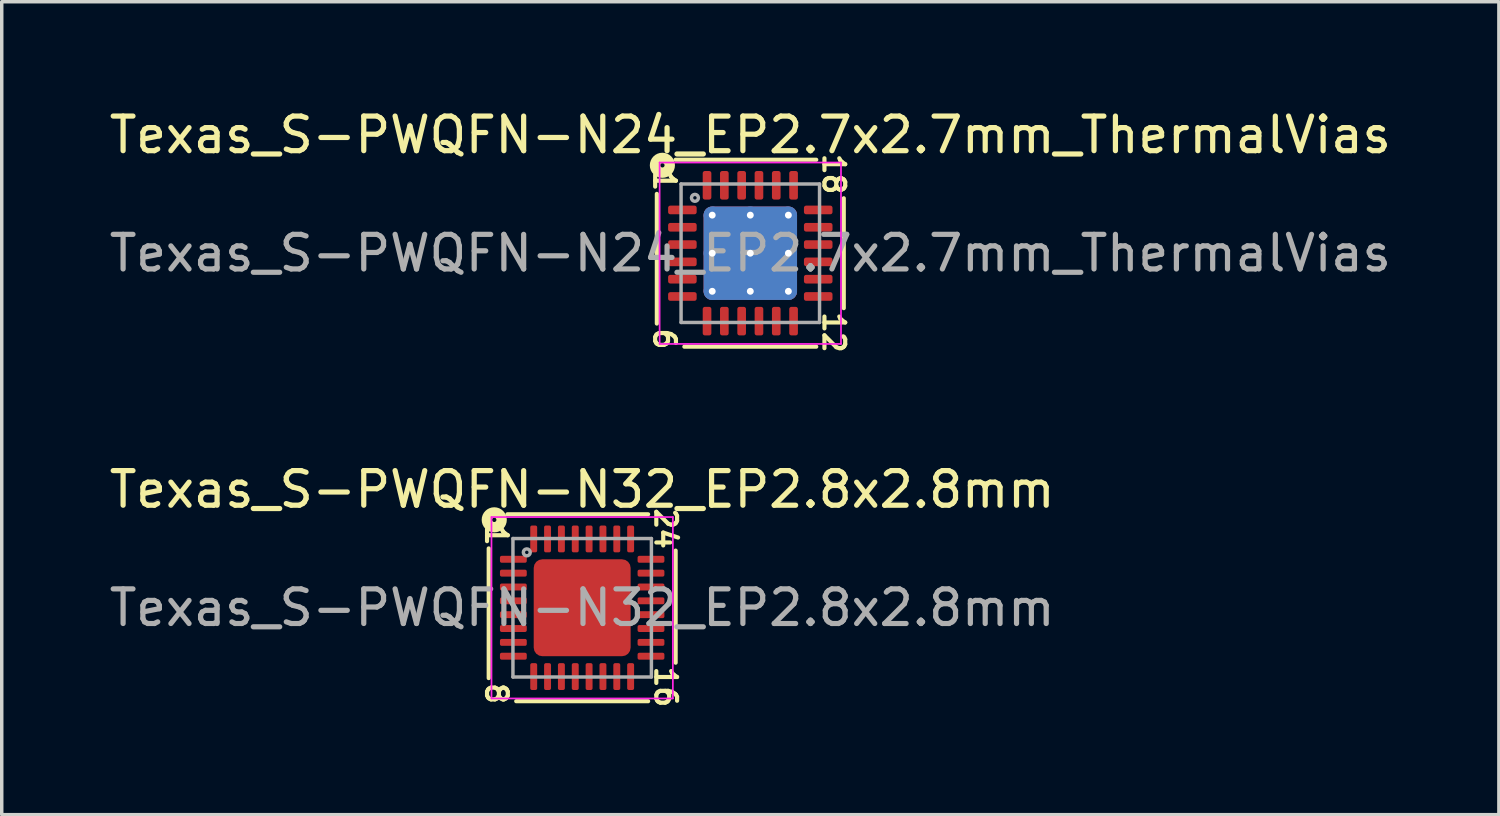
<source format=kicad_pcb>
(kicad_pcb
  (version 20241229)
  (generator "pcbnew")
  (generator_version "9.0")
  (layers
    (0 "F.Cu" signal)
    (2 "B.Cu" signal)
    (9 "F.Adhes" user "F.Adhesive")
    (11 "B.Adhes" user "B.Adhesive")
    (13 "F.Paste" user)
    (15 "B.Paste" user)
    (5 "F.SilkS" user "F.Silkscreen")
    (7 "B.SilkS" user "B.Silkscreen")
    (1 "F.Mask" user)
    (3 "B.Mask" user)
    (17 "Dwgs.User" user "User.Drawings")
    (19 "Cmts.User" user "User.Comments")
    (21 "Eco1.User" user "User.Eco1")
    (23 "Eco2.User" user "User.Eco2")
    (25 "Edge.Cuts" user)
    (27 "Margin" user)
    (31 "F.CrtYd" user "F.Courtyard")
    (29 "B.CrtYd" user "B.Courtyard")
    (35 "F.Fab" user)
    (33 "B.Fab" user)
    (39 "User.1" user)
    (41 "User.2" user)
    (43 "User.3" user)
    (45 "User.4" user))
  (footprint "Texas_S-PWQFN-N24_EP2.7x2.7mm_ThermalVias"
    (layer "F.Cu")
    (at 18.625 4.265)
    (property "Reference" "Texas_S-PWQFN-N24_EP2.7x2.7mm_ThermalVias" (at 0 -3.417 0) (layer "F.SilkS") (effects (font (size 1 1) (thickness 0.15))))
    (attr smd)
    (fp_line (start -2.7 -1.714) (end -2.7 2.032) (stroke (width 0.12) (type solid)) (layer "F.SilkS"))
    (fp_line (start -1.905 2.7) (end 1.905 2.7) (stroke (width 0.12) (type solid)) (layer "F.SilkS"))
    (fp_line (start 1.905 -2.7) (end -2.159 -2.7) (stroke (width 0.12) (type solid)) (layer "F.SilkS"))
    (fp_line (start 2.7 1.587) (end 2.7 -1.587) (stroke (width 0.12) (type solid)) (layer "F.SilkS"))
    (fp_circle (center -2.54 -2.54) (end -2.477 -2.54) (stroke (width 0.3) (type solid)) (fill no) (layer "F.SilkS"))
    (fp_line (start -2.62 -2.62) (end -2.62 2.62) (stroke (width 0.05) (type solid)) (layer "F.CrtYd"))
    (fp_line (start -2.62 2.62) (end 2.62 2.62) (stroke (width 0.05) (type solid)) (layer "F.CrtYd"))
    (fp_line (start 2.62 -2.62) (end -2.62 -2.62) (stroke (width 0.05) (type solid)) (layer "F.CrtYd"))
    (fp_line (start 2.62 2.62) (end 2.62 -2.62) (stroke (width 0.05) (type solid)) (layer "F.CrtYd"))
    (fp_line (start -2 -2) (end 2 -2) (stroke (width 0.1) (type solid)) (layer "F.Fab"))
    (fp_line (start -2 2) (end -2 -2) (stroke (width 0.1) (type solid)) (layer "F.Fab"))
    (fp_line (start 2 -2) (end 2 2) (stroke (width 0.1) (type solid)) (layer "F.Fab"))
    (fp_line (start 2 2) (end -2 2) (stroke (width 0.1) (type solid)) (layer "F.Fab"))
    (fp_circle (center -1.6 -1.6) (end -1.5 -1.6) (stroke (width 0.1) (type solid)) (fill no) (layer "F.Fab"))
    (fp_text user "12" (at 2.413 2.286 270) (unlocked yes) (layer "F.SilkS") (effects (font (size 0.6 0.6) (thickness 0.12))))
    (fp_text user "6" (at -2.477 2.477 270) (unlocked yes) (layer "F.SilkS") (effects (font (size 0.6 0.6) (thickness 0.12))))
    (fp_text user "1" (at -2.477 -2.095 270) (unlocked yes) (layer "F.SilkS") (effects (font (size 0.6 0.6) (thickness 0.12))))
    (fp_text user "18" (at 2.413 -2.286 270) (unlocked yes) (layer "F.SilkS") (effects (font (size 0.6 0.6) (thickness 0.12))))
    (fp_text user "${REFERENCE}" (at 0 0 0) (layer "F.Fab") (effects (font (size 1 1) (thickness 0.15))))
    (pad "" smd roundrect (at -0.675 -0.675) (size 1.13 1.13) (layers "F.Paste") (roundrect_rratio 0.221))
    (pad "" smd roundrect (at -0.675 0.675) (size 1.13 1.13) (layers "F.Paste") (roundrect_rratio 0.221))
    (pad "" smd roundrect (at 0.675 -0.675) (size 1.13 1.13) (layers "F.Paste") (roundrect_rratio 0.221))
    (pad "" smd roundrect (at 0.675 0.675) (size 1.13 1.13) (layers "F.Paste") (roundrect_rratio 0.221))
    (pad "1" smd roundrect (at -1.962 -1.25) (size 0.825 0.25) (layers "F.Cu" "F.Mask" "F.Paste") (roundrect_rratio 0.25))
    (pad "2" smd roundrect (at -1.962 -0.75) (size 0.825 0.25) (layers "F.Cu" "F.Mask" "F.Paste") (roundrect_rratio 0.25))
    (pad "3" smd roundrect (at -1.962 -0.25) (size 0.825 0.25) (layers "F.Cu" "F.Mask" "F.Paste") (roundrect_rratio 0.25))
    (pad "4" smd roundrect (at -1.962 0.25) (size 0.825 0.25) (layers "F.Cu" "F.Mask" "F.Paste") (roundrect_rratio 0.25))
    (pad "5" smd roundrect (at -1.962 0.75) (size 0.825 0.25) (layers "F.Cu" "F.Mask" "F.Paste") (roundrect_rratio 0.25))
    (pad "6" smd roundrect (at -1.962 1.25) (size 0.825 0.25) (layers "F.Cu" "F.Mask" "F.Paste") (roundrect_rratio 0.25))
    (pad "7" smd roundrect (at -1.25 1.962) (size 0.25 0.825) (layers "F.Cu" "F.Mask" "F.Paste") (roundrect_rratio 0.25))
    (pad "8" smd roundrect (at -0.75 1.962) (size 0.25 0.825) (layers "F.Cu" "F.Mask" "F.Paste") (roundrect_rratio 0.25))
    (pad "9" smd roundrect (at -0.25 1.962) (size 0.25 0.825) (layers "F.Cu" "F.Mask" "F.Paste") (roundrect_rratio 0.25))
    (pad "10" smd roundrect (at 0.25 1.962) (size 0.25 0.825) (layers "F.Cu" "F.Mask" "F.Paste") (roundrect_rratio 0.25))
    (pad "11" smd roundrect (at 0.75 1.962) (size 0.25 0.825) (layers "F.Cu" "F.Mask" "F.Paste") (roundrect_rratio 0.25))
    (pad "12" smd roundrect (at 1.25 1.962) (size 0.25 0.825) (layers "F.Cu" "F.Mask" "F.Paste") (roundrect_rratio 0.25))
    (pad "13" smd roundrect (at 1.962 1.25) (size 0.825 0.25) (layers "F.Cu" "F.Mask" "F.Paste") (roundrect_rratio 0.25))
    (pad "14" smd roundrect (at 1.962 0.75) (size 0.825 0.25) (layers "F.Cu" "F.Mask" "F.Paste") (roundrect_rratio 0.25))
    (pad "15" smd roundrect (at 1.962 0.25) (size 0.825 0.25) (layers "F.Cu" "F.Mask" "F.Paste") (roundrect_rratio 0.25))
    (pad "16" smd roundrect (at 1.962 -0.25) (size 0.825 0.25) (layers "F.Cu" "F.Mask" "F.Paste") (roundrect_rratio 0.25))
    (pad "17" smd roundrect (at 1.962 -0.75) (size 0.825 0.25) (layers "F.Cu" "F.Mask" "F.Paste") (roundrect_rratio 0.25))
    (pad "18" smd roundrect (at 1.962 -1.25) (size 0.825 0.25) (layers "F.Cu" "F.Mask" "F.Paste") (roundrect_rratio 0.25))
    (pad "19" smd roundrect (at 1.25 -1.962) (size 0.25 0.825) (layers "F.Cu" "F.Mask" "F.Paste") (roundrect_rratio 0.25))
    (pad "20" smd roundrect (at 0.75 -1.962) (size 0.25 0.825) (layers "F.Cu" "F.Mask" "F.Paste") (roundrect_rratio 0.25))
    (pad "21" smd roundrect (at 0.25 -1.962) (size 0.25 0.825) (layers "F.Cu" "F.Mask" "F.Paste") (roundrect_rratio 0.25))
    (pad "22" smd roundrect (at -0.25 -1.962) (size 0.25 0.825) (layers "F.Cu" "F.Mask" "F.Paste") (roundrect_rratio 0.25))
    (pad "23" smd roundrect (at -0.75 -1.962) (size 0.25 0.825) (layers "F.Cu" "F.Mask" "F.Paste") (roundrect_rratio 0.25))
    (pad "24" smd roundrect (at -1.25 -1.962) (size 0.25 0.825) (layers "F.Cu" "F.Mask" "F.Paste") (roundrect_rratio 0.25))
    (pad "25" thru_hole circle (at -1.1 -1.1) (size 0.5 0.5) (drill 0.2) (property pad_prop_heatsink) (layers "*.Cu"))
    (pad "25" thru_hole circle (at -1.1 0) (size 0.5 0.5) (drill 0.2) (property pad_prop_heatsink) (layers "*.Cu"))
    (pad "25" thru_hole circle (at -1.1 1.1) (size 0.5 0.5) (drill 0.2) (property pad_prop_heatsink) (layers "*.Cu"))
    (pad "25" thru_hole circle (at 0 -1.1) (size 0.5 0.5) (drill 0.2) (property pad_prop_heatsink) (layers "*.Cu"))
    (pad "25" thru_hole circle (at 0 0) (size 0.5 0.5) (drill 0.2) (property pad_prop_heatsink) (layers "*.Cu"))
    (pad "25" smd roundrect (at 0 0) (size 2.7 2.7) (layers "F.Cu" "F.Mask") (roundrect_rratio 0.093))
    (pad "25" smd roundrect (at 0 0) (size 2.7 2.7) (layers "B.Cu" "B.Mask") (roundrect_rratio 0.093))
    (pad "25" thru_hole circle (at 0 1.1) (size 0.5 0.5) (drill 0.2) (property pad_prop_heatsink) (layers "*.Cu"))
    (pad "25" thru_hole circle (at 1.1 -1.1) (size 0.5 0.5) (drill 0.2) (property pad_prop_heatsink) (layers "*.Cu"))
    (pad "25" thru_hole circle (at 1.1 0) (size 0.5 0.5) (drill 0.2) (property pad_prop_heatsink) (layers "*.Cu"))
    (pad "25" thru_hole circle (at 1.1 1.1) (size 0.5 0.5) (drill 0.2) (property pad_prop_heatsink) (layers "*.Cu")))
  (footprint "Texas_S-PWQFN-N32_EP2.8x2.8mm"
    (layer "F.Cu")
    (at 13.768 14.507)
    (property "Reference" "Texas_S-PWQFN-N32_EP2.8x2.8mm" (at 0 -3.417 0) (layer "F.SilkS") (effects (font (size 1 1) (thickness 0.15))))
    (attr smd)
    (fp_line (start -2.7 -1.714) (end -2.7 2.032) (stroke (width 0.12) (type solid)) (layer "F.SilkS"))
    (fp_line (start -1.905 2.7) (end 1.905 2.7) (stroke (width 0.12) (type solid)) (layer "F.SilkS"))
    (fp_line (start 1.905 -2.7) (end -2.159 -2.7) (stroke (width 0.12) (type solid)) (layer "F.SilkS"))
    (fp_line (start 2.7 1.587) (end 2.7 -1.651) (stroke (width 0.12) (type solid)) (layer "F.SilkS"))
    (fp_circle (center -2.54 -2.54) (end -2.477 -2.54) (stroke (width 0.3) (type solid)) (fill no) (layer "F.SilkS"))
    (fp_line (start -2.62 -2.62) (end -2.62 2.62) (stroke (width 0.05) (type solid)) (layer "F.CrtYd"))
    (fp_line (start -2.62 2.62) (end 2.62 2.62) (stroke (width 0.05) (type solid)) (layer "F.CrtYd"))
    (fp_line (start 2.62 -2.62) (end -2.62 -2.62) (stroke (width 0.05) (type solid)) (layer "F.CrtYd"))
    (fp_line (start 2.62 2.62) (end 2.62 -2.62) (stroke (width 0.05) (type solid)) (layer "F.CrtYd"))
    (fp_line (start -2 -2) (end 2 -2) (stroke (width 0.1) (type solid)) (layer "F.Fab"))
    (fp_line (start -2 2) (end -2 -2) (stroke (width 0.1) (type solid)) (layer "F.Fab"))
    (fp_line (start 2 -2) (end 2 2) (stroke (width 0.1) (type solid)) (layer "F.Fab"))
    (fp_line (start 2 2) (end -2 2) (stroke (width 0.1) (type solid)) (layer "F.Fab"))
    (fp_circle (center -1.6 -1.6) (end -1.5 -1.6) (stroke (width 0.1) (type solid)) (fill no) (layer "F.Fab"))
    (fp_text user "16" (at 2.413 2.286 270) (unlocked yes) (layer "F.SilkS") (effects (font (size 0.6 0.6) (thickness 0.12))))
    (fp_text user "24" (at 2.413 -2.286 270) (unlocked yes) (layer "F.SilkS") (effects (font (size 0.6 0.6) (thickness 0.12))))
    (fp_text user "8" (at -2.477 2.477 270) (unlocked yes) (layer "F.SilkS") (effects (font (size 0.6 0.6) (thickness 0.12))))
    (fp_text user "1" (at -2.477 -2.095 270) (unlocked yes) (layer "F.SilkS") (effects (font (size 0.6 0.6) (thickness 0.12))))
    (fp_text user "${REFERENCE}" (at 0 0 0) (layer "F.Fab") (effects (font (size 1 1) (thickness 0.15))))
    (pad "" smd roundrect (at -0.7 -0.7) (size 1.13 1.13) (layers "F.Paste") (roundrect_rratio 0.221))
    (pad "" smd roundrect (at -0.7 0.7) (size 1.13 1.13) (layers "F.Paste") (roundrect_rratio 0.221))
    (pad "" smd roundrect (at 0.7 -0.7) (size 1.13 1.13) (layers "F.Paste") (roundrect_rratio 0.221))
    (pad "" smd roundrect (at 0.7 0.7) (size 1.13 1.13) (layers "F.Paste") (roundrect_rratio 0.221))
    (pad "1" smd roundrect (at -1.988 -1.4) (size 0.775 0.2) (layers "F.Cu" "F.Mask" "F.Paste") (roundrect_rratio 0.25))
    (pad "2" smd roundrect (at -1.988 -1) (size 0.775 0.2) (layers "F.Cu" "F.Mask" "F.Paste") (roundrect_rratio 0.25))
    (pad "3" smd roundrect (at -1.988 -0.6) (size 0.775 0.2) (layers "F.Cu" "F.Mask" "F.Paste") (roundrect_rratio 0.25))
    (pad "4" smd roundrect (at -1.988 -0.2) (size 0.775 0.2) (layers "F.Cu" "F.Mask" "F.Paste") (roundrect_rratio 0.25))
    (pad "5" smd roundrect (at -1.988 0.2) (size 0.775 0.2) (layers "F.Cu" "F.Mask" "F.Paste") (roundrect_rratio 0.25))
    (pad "6" smd roundrect (at -1.988 0.6) (size 0.775 0.2) (layers "F.Cu" "F.Mask" "F.Paste") (roundrect_rratio 0.25))
    (pad "7" smd roundrect (at -1.988 1) (size 0.775 0.2) (layers "F.Cu" "F.Mask" "F.Paste") (roundrect_rratio 0.25))
    (pad "8" smd roundrect (at -1.988 1.4) (size 0.775 0.2) (layers "F.Cu" "F.Mask" "F.Paste") (roundrect_rratio 0.25))
    (pad "9" smd roundrect (at -1.4 1.988) (size 0.2 0.775) (layers "F.Cu" "F.Mask" "F.Paste") (roundrect_rratio 0.25))
    (pad "10" smd roundrect (at -1 1.988) (size 0.2 0.775) (layers "F.Cu" "F.Mask" "F.Paste") (roundrect_rratio 0.25))
    (pad "11" smd roundrect (at -0.6 1.988) (size 0.2 0.775) (layers "F.Cu" "F.Mask" "F.Paste") (roundrect_rratio 0.25))
    (pad "12" smd roundrect (at -0.2 1.988) (size 0.2 0.775) (layers "F.Cu" "F.Mask" "F.Paste") (roundrect_rratio 0.25))
    (pad "13" smd roundrect (at 0.2 1.988) (size 0.2 0.775) (layers "F.Cu" "F.Mask" "F.Paste") (roundrect_rratio 0.25))
    (pad "14" smd roundrect (at 0.6 1.988) (size 0.2 0.775) (layers "F.Cu" "F.Mask" "F.Paste") (roundrect_rratio 0.25))
    (pad "15" smd roundrect (at 1 1.988) (size 0.2 0.775) (layers "F.Cu" "F.Mask" "F.Paste") (roundrect_rratio 0.25))
    (pad "16" smd roundrect (at 1.4 1.988) (size 0.2 0.775) (layers "F.Cu" "F.Mask" "F.Paste") (roundrect_rratio 0.25))
    (pad "17" smd roundrect (at 1.988 1.4) (size 0.775 0.2) (layers "F.Cu" "F.Mask" "F.Paste") (roundrect_rratio 0.25))
    (pad "18" smd roundrect (at 1.988 1) (size 0.775 0.2) (layers "F.Cu" "F.Mask" "F.Paste") (roundrect_rratio 0.25))
    (pad "19" smd roundrect (at 1.988 0.6) (size 0.775 0.2) (layers "F.Cu" "F.Mask" "F.Paste") (roundrect_rratio 0.25))
    (pad "20" smd roundrect (at 1.988 0.2) (size 0.775 0.2) (layers "F.Cu" "F.Mask" "F.Paste") (roundrect_rratio 0.25))
    (pad "21" smd roundrect (at 1.988 -0.2) (size 0.775 0.2) (layers "F.Cu" "F.Mask" "F.Paste") (roundrect_rratio 0.25))
    (pad "22" smd roundrect (at 1.988 -0.6) (size 0.775 0.2) (layers "F.Cu" "F.Mask" "F.Paste") (roundrect_rratio 0.25))
    (pad "23" smd roundrect (at 1.988 -1) (size 0.775 0.2) (layers "F.Cu" "F.Mask" "F.Paste") (roundrect_rratio 0.25))
    (pad "24" smd roundrect (at 1.988 -1.4) (size 0.775 0.2) (layers "F.Cu" "F.Mask" "F.Paste") (roundrect_rratio 0.25))
    (pad "25" smd roundrect (at 1.4 -1.988) (size 0.2 0.775) (layers "F.Cu" "F.Mask" "F.Paste") (roundrect_rratio 0.25))
    (pad "26" smd roundrect (at 1 -1.988) (size 0.2 0.775) (layers "F.Cu" "F.Mask" "F.Paste") (roundrect_rratio 0.25))
    (pad "27" smd roundrect (at 0.6 -1.988) (size 0.2 0.775) (layers "F.Cu" "F.Mask" "F.Paste") (roundrect_rratio 0.25))
    (pad "28" smd roundrect (at 0.2 -1.988) (size 0.2 0.775) (layers "F.Cu" "F.Mask" "F.Paste") (roundrect_rratio 0.25))
    (pad "29" smd roundrect (at -0.2 -1.988) (size 0.2 0.775) (layers "F.Cu" "F.Mask" "F.Paste") (roundrect_rratio 0.25))
    (pad "30" smd roundrect (at -0.6 -1.988) (size 0.2 0.775) (layers "F.Cu" "F.Mask" "F.Paste") (roundrect_rratio 0.25))
    (pad "31" smd roundrect (at -1 -1.988) (size 0.2 0.775) (layers "F.Cu" "F.Mask" "F.Paste") (roundrect_rratio 0.25))
    (pad "32" smd roundrect (at -1.4 -1.988) (size 0.2 0.775) (layers "F.Cu" "F.Mask" "F.Paste") (roundrect_rratio 0.25))
    (pad "33" smd roundrect (at 0 0) (size 2.8 2.8) (layers "F.Cu" "F.Mask") (roundrect_rratio 0.089)))
  (gr_rect
    (start -3 -3)
    (end 40.25 20.484)
    (stroke (width 0.1) (type default))
    (fill no)
    (layer "Edge.Cuts")))
</source>
